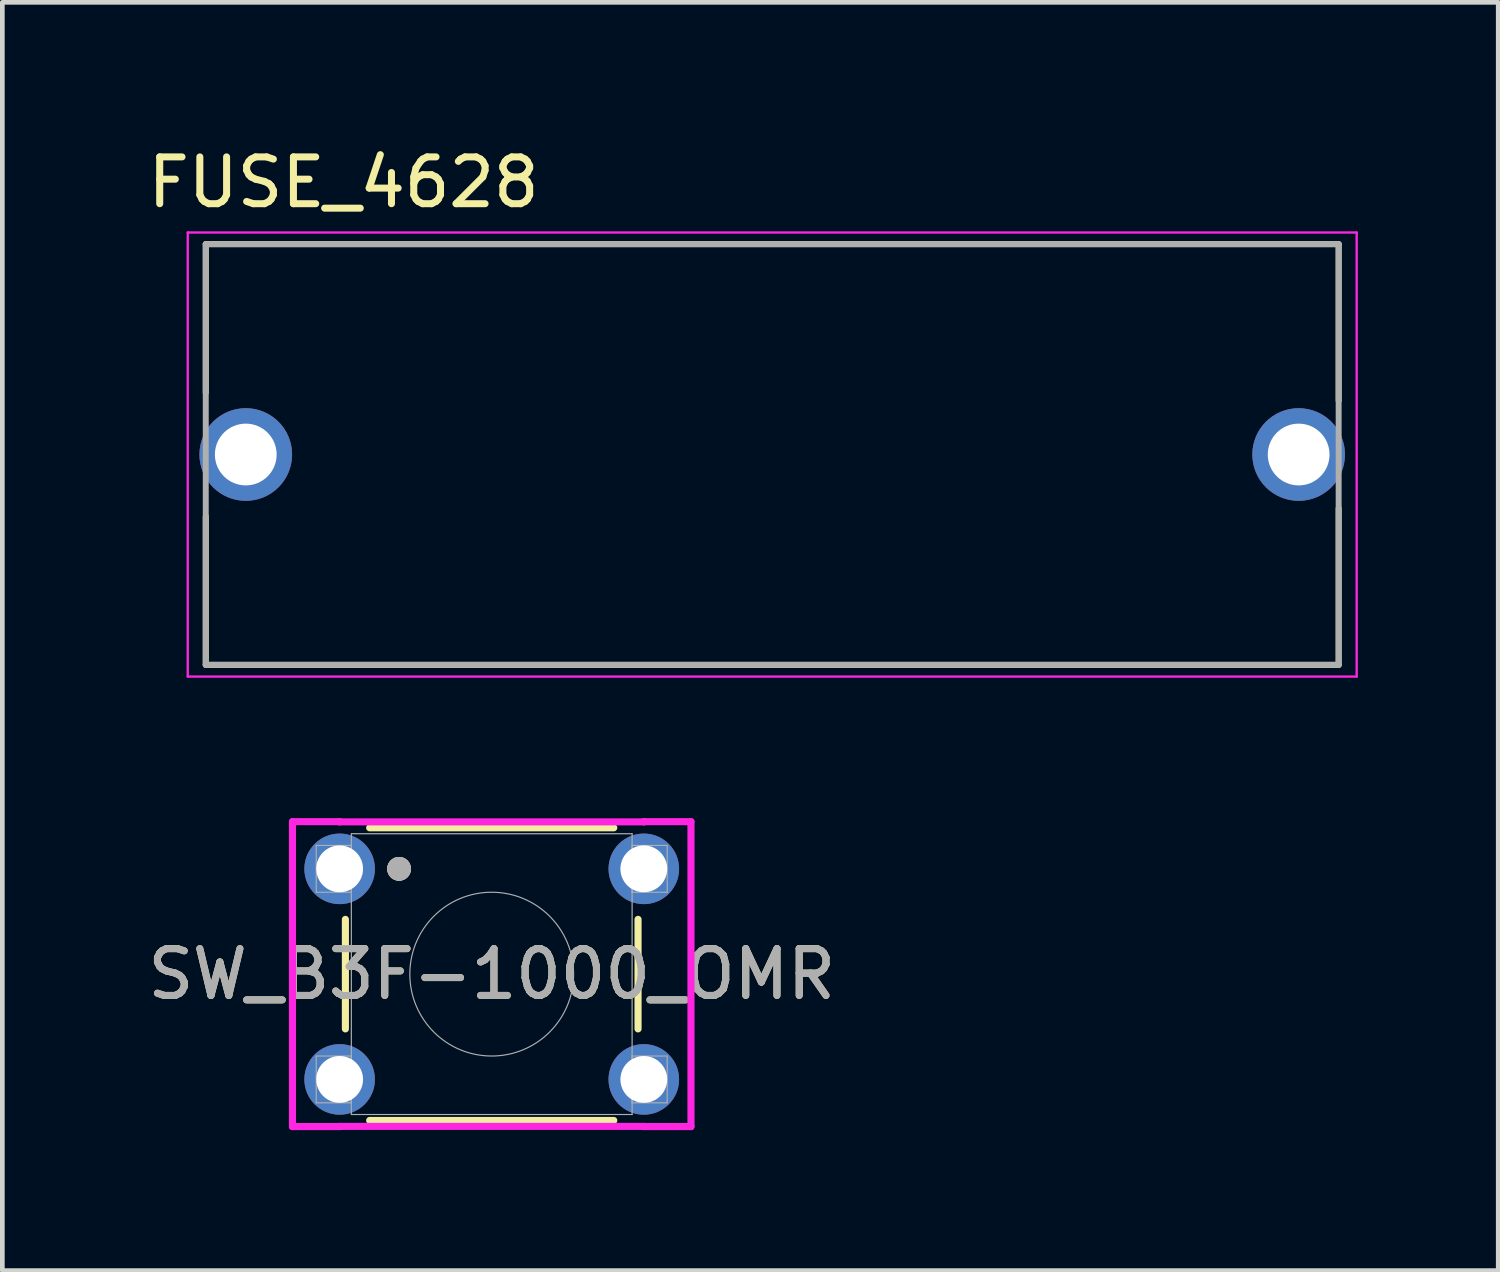
<source format=kicad_pcb>
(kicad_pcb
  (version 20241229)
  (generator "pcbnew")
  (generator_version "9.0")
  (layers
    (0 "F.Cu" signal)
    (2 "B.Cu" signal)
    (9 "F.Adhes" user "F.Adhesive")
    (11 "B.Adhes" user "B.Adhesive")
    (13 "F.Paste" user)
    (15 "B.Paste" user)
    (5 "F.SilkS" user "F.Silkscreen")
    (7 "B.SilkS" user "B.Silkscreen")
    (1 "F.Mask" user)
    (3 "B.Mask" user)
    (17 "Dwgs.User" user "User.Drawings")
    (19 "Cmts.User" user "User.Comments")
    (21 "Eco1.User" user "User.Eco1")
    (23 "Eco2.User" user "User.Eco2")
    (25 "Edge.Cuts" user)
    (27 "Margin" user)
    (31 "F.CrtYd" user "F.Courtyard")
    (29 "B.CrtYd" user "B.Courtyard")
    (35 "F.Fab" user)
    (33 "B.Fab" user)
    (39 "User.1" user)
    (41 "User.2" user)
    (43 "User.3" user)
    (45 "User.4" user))
  (footprint "FUSE_4628"
    (layer "F.Cu")
    (at 13.452 6.663)
    (property "Reference" "FUSE_4628" (at -9.16 -5.815 0) (layer "F.SilkS") (effects (font (size 1 1) (thickness 0.15))))
    (attr through_hole)
    (fp_line (start -12.105 -4.495) (end -12.105 -1.32) (stroke (width 0.127) (type solid)) (layer "F.SilkS"))
    (fp_line (start -12.105 -4.495) (end 12.105 -4.495) (stroke (width 0.127) (type solid)) (layer "F.SilkS"))
    (fp_line (start -12.105 1.32) (end -12.105 4.495) (stroke (width 0.127) (type solid)) (layer "F.SilkS"))
    (fp_line (start -12.105 4.495) (end 12.105 4.495) (stroke (width 0.127) (type solid)) (layer "F.SilkS"))
    (fp_line (start 12.105 -4.495) (end 12.105 -1.15) (stroke (width 0.127) (type solid)) (layer "F.SilkS"))
    (fp_line (start 12.105 1.15) (end 12.105 4.495) (stroke (width 0.127) (type solid)) (layer "F.SilkS"))
    (fp_line (start -12.49 -4.745) (end 12.49 -4.745) (stroke (width 0.05) (type solid)) (layer "F.CrtYd"))
    (fp_line (start -12.49 4.745) (end -12.49 -4.745) (stroke (width 0.05) (type solid)) (layer "F.CrtYd"))
    (fp_line (start 12.49 -4.745) (end 12.49 4.745) (stroke (width 0.05) (type solid)) (layer "F.CrtYd"))
    (fp_line (start 12.49 4.745) (end -12.49 4.745) (stroke (width 0.05) (type solid)) (layer "F.CrtYd"))
    (fp_line (start -12.105 -4.495) (end 12.105 -4.495) (stroke (width 0.127) (type solid)) (layer "F.Fab"))
    (fp_line (start -12.105 4.495) (end -12.105 -4.495) (stroke (width 0.127) (type solid)) (layer "F.Fab"))
    (fp_line (start 12.105 -4.495) (end 12.105 4.495) (stroke (width 0.127) (type solid)) (layer "F.Fab"))
    (fp_line (start 12.105 4.495) (end -12.105 4.495) (stroke (width 0.127) (type solid)) (layer "F.Fab"))
    (pad "1" thru_hole circle (at -11.25 0) (size 1.98 1.98) (drill 1.32) (layers "*.Cu" "*.Mask"))
    (pad "2" thru_hole circle (at 11.25 0) (size 1.98 1.98) (drill 1.32) (layers "*.Cu" "*.Mask")))
  (footprint "SW_B3F-1000_OMR"
    (layer "F.Cu")
    (at 4.208 15.517)
    (property "Reference" "SW_B3F-1000_OMR" (at 3.25 2.25 0) (unlocked yes) (layer "F.SilkS") (effects (font (size 1 1) (thickness 0.15))))
    (attr through_hole)
    (fp_line (start 0.123 1.08) (end 0.123 3.42) (stroke (width 0.152) (type solid)) (layer "F.SilkS"))
    (fp_line (start 0.642 5.377) (end 5.858 5.377) (stroke (width 0.152) (type solid)) (layer "F.SilkS"))
    (fp_line (start 5.858 -0.877) (end 0.642 -0.877) (stroke (width 0.152) (type solid)) (layer "F.SilkS"))
    (fp_line (start 6.377 3.42) (end 6.377 1.08) (stroke (width 0.152) (type solid)) (layer "F.SilkS"))
    (fp_circle (center 1.27 0) (end 1.397 0) (stroke (width 0.254) (type solid)) (fill no) (layer "F.SilkS"))
    (fp_circle (center 1.27 0) (end 1.397 0) (stroke (width 0.254) (type solid)) (fill no) (layer "B.SilkS"))
    (fp_line (start -1.008 -1.008) (end -0.004 -1.008) (stroke (width 0.152) (type solid)) (layer "F.CrtYd"))
    (fp_line (start -1.008 5.508) (end -1.008 -1.008) (stroke (width 0.152) (type solid)) (layer "F.CrtYd"))
    (fp_line (start -1.008 5.508) (end -0.004 5.508) (stroke (width 0.152) (type solid)) (layer "F.CrtYd"))
    (fp_line (start -0.004 -1.008) (end -0.004 -1.004) (stroke (width 0.152) (type solid)) (layer "F.CrtYd"))
    (fp_line (start -0.004 -1.004) (end 6.504 -1.004) (stroke (width 0.152) (type solid)) (layer "F.CrtYd"))
    (fp_line (start -0.004 5.504) (end -0.004 5.508) (stroke (width 0.152) (type solid)) (layer "F.CrtYd"))
    (fp_line (start 6.504 -1.004) (end 6.504 -1.008) (stroke (width 0.152) (type solid)) (layer "F.CrtYd"))
    (fp_line (start 6.504 5.504) (end -0.004 5.504) (stroke (width 0.152) (type solid)) (layer "F.CrtYd"))
    (fp_line (start 6.504 5.508) (end 6.504 5.504) (stroke (width 0.152) (type solid)) (layer "F.CrtYd"))
    (fp_line (start 7.508 -1.008) (end 6.504 -1.008) (stroke (width 0.152) (type solid)) (layer "F.CrtYd"))
    (fp_line (start 7.508 -1.008) (end 7.508 5.508) (stroke (width 0.152) (type solid)) (layer "F.CrtYd"))
    (fp_line (start 7.508 5.508) (end 6.504 5.508) (stroke (width 0.152) (type solid)) (layer "F.CrtYd"))
    (fp_line (start -0.5 -0.5) (end -0.5 0.5) (stroke (width 0.025) (type solid)) (layer "F.Fab"))
    (fp_line (start -0.5 0.5) (end 0.25 0.5) (stroke (width 0.025) (type solid)) (layer "F.Fab"))
    (fp_line (start -0.5 4) (end -0.5 5) (stroke (width 0.025) (type solid)) (layer "F.Fab"))
    (fp_line (start -0.5 5) (end 0.25 5) (stroke (width 0.025) (type solid)) (layer "F.Fab"))
    (fp_line (start 0.25 -0.75) (end 0.25 5.25) (stroke (width 0.025) (type solid)) (layer "F.Fab"))
    (fp_line (start 0.25 5.25) (end 6.25 5.25) (stroke (width 0.025) (type solid)) (layer "F.Fab"))
    (fp_line (start 0.25 -0.5) (end -0.5 -0.5) (stroke (width 0.025) (type solid)) (layer "F.Fab"))
    (fp_line (start 0.25 0.5) (end 0.25 -0.5) (stroke (width 0.025) (type solid)) (layer "F.Fab"))
    (fp_line (start 0.25 4) (end -0.5 4) (stroke (width 0.025) (type solid)) (layer "F.Fab"))
    (fp_line (start 0.25 5) (end 0.25 4) (stroke (width 0.025) (type solid)) (layer "F.Fab"))
    (fp_line (start 6.25 -0.5) (end 6.25 0.5) (stroke (width 0.025) (type solid)) (layer "F.Fab"))
    (fp_line (start 6.25 0.5) (end 7 0.5) (stroke (width 0.025) (type solid)) (layer "F.Fab"))
    (fp_line (start 6.25 4) (end 6.25 5) (stroke (width 0.025) (type solid)) (layer "F.Fab"))
    (fp_line (start 6.25 5) (end 7 5) (stroke (width 0.025) (type solid)) (layer "F.Fab"))
    (fp_line (start 6.25 -0.75) (end 0.25 -0.75) (stroke (width 0.025) (type solid)) (layer "F.Fab"))
    (fp_line (start 6.25 5.25) (end 6.25 -0.75) (stroke (width 0.025) (type solid)) (layer "F.Fab"))
    (fp_line (start 7 -0.5) (end 6.25 -0.5) (stroke (width 0.025) (type solid)) (layer "F.Fab"))
    (fp_line (start 7 0.5) (end 7 -0.5) (stroke (width 0.025) (type solid)) (layer "F.Fab"))
    (fp_line (start 7 4) (end 6.25 4) (stroke (width 0.025) (type solid)) (layer "F.Fab"))
    (fp_line (start 7 5) (end 7 4) (stroke (width 0.025) (type solid)) (layer "F.Fab"))
    (fp_circle (center 1.27 0) (end 1.397 0) (stroke (width 0.254) (type solid)) (fill no) (layer "F.Fab"))
    (fp_circle (center 3.25 2.25) (end 5 2.25) (stroke (width 0.025) (type solid)) (fill no) (layer "F.Fab"))
    (fp_text user "${REFERENCE}" (at 3.25 2.25 0) (unlocked yes) (layer "F.Fab") (effects (font (size 1 1) (thickness 0.15))))
    (pad "1" thru_hole circle (at 0 0) (size 1.508 1.508) (drill 1) (layers "*.Cu" "*.Mask"))
    (pad "2" thru_hole circle (at 6.5 0) (size 1.508 1.508) (drill 1) (layers "*.Cu" "*.Mask"))
    (pad "3" thru_hole circle (at 0 4.5) (size 1.508 1.508) (drill 1) (layers "*.Cu" "*.Mask"))
    (pad "4" thru_hole circle (at 6.5 4.5) (size 1.508 1.508) (drill 1) (layers "*.Cu" "*.Mask")))
  (gr_rect
    (start -3 -3)
    (end 28.967 24.102)
    (stroke (width 0.1) (type default))
    (fill no)
    (layer "Edge.Cuts")))
</source>
